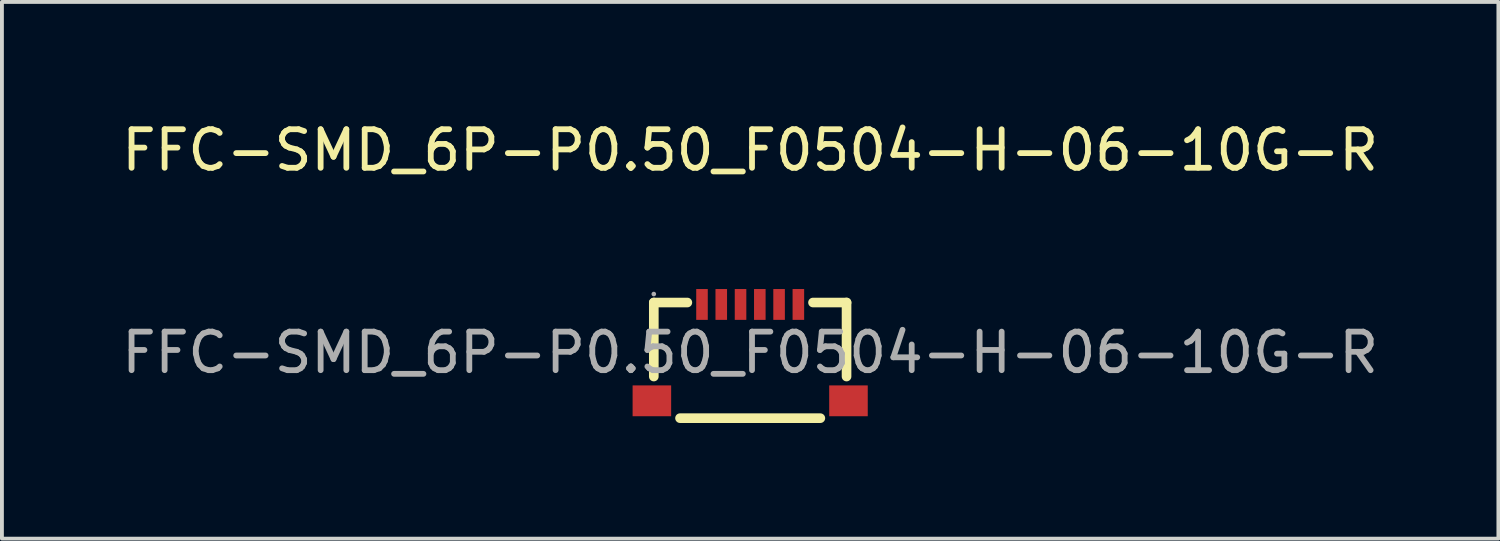
<source format=kicad_pcb>
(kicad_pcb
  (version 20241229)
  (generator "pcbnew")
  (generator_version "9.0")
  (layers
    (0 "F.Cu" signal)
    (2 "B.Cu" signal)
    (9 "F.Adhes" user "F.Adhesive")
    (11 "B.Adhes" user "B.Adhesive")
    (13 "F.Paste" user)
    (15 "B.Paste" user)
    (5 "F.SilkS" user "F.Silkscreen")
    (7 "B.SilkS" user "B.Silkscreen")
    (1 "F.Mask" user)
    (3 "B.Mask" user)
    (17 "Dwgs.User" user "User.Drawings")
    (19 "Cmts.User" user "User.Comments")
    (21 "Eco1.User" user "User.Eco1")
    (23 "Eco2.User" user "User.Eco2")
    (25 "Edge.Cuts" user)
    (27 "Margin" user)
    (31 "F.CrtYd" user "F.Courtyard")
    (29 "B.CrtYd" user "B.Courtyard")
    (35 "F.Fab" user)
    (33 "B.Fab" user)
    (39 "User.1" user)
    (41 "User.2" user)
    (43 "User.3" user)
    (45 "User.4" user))
  (footprint "FFC-SMD_6P-P0.50_F0504-H-06-10G-R"
    (layer "F.Cu")
    (at 16.411 6.098)
    (property "Reference" "FFC-SMD_6P-P0.50_F0504-H-06-10G-R" (at 0 -5.25 0) (layer "F.SilkS") (effects (font (size 1 1) (thickness 0.15))))
    (attr smd)
    (fp_line (start -2.5 -1.3) (end -2.5 0.62) (stroke (width 0.25) (type solid)) (layer "F.SilkS"))
    (fp_line (start -1.82 1.7) (end 1.82 1.7) (stroke (width 0.25) (type solid)) (layer "F.SilkS"))
    (fp_line (start -1.63 -1.3) (end -2.5 -1.3) (stroke (width 0.25) (type solid)) (layer "F.SilkS"))
    (fp_line (start 2.5 -1.3) (end 1.63 -1.3) (stroke (width 0.25) (type solid)) (layer "F.SilkS"))
    (fp_line (start 2.5 -1.3) (end 2.5 0.62) (stroke (width 0.25) (type solid)) (layer "F.SilkS"))
    (fp_circle (center -2.5 -1.52) (end -2.47 -1.52) (stroke (width 0.06) (type solid)) (fill no) (layer "F.Fab"))
    (fp_text user "${REFERENCE}" (at 0 0 0) (layer "F.Fab") (effects (font (size 1 1) (thickness 0.15))))
    (pad "1" smd rect (at -1.25 -1.25) (size 0.3 0.8) (layers "F.Cu" "F.Mask" "F.Paste"))
    (pad "2" smd rect (at -0.75 -1.25) (size 0.3 0.8) (layers "F.Cu" "F.Mask" "F.Paste"))
    (pad "3" smd rect (at -0.25 -1.25) (size 0.3 0.8) (layers "F.Cu" "F.Mask" "F.Paste"))
    (pad "4" smd rect (at 0.25 -1.25) (size 0.3 0.8) (layers "F.Cu" "F.Mask" "F.Paste"))
    (pad "5" smd rect (at 0.75 -1.25) (size 0.3 0.8) (layers "F.Cu" "F.Mask" "F.Paste"))
    (pad "6" smd rect (at 1.25 -1.25) (size 0.3 0.8) (layers "F.Cu" "F.Mask" "F.Paste"))
    (pad "7" smd rect (at 2.55 1.25) (size 1 0.8) (layers "F.Cu" "F.Mask" "F.Paste"))
    (pad "8" smd rect (at -2.55 1.25) (size 1 0.8) (layers "F.Cu" "F.Mask" "F.Paste")))
  (gr_rect
    (start -3 -3)
    (end 35.821 10.923)
    (stroke (width 0.1) (type default))
    (fill no)
    (layer "Edge.Cuts")))
</source>
